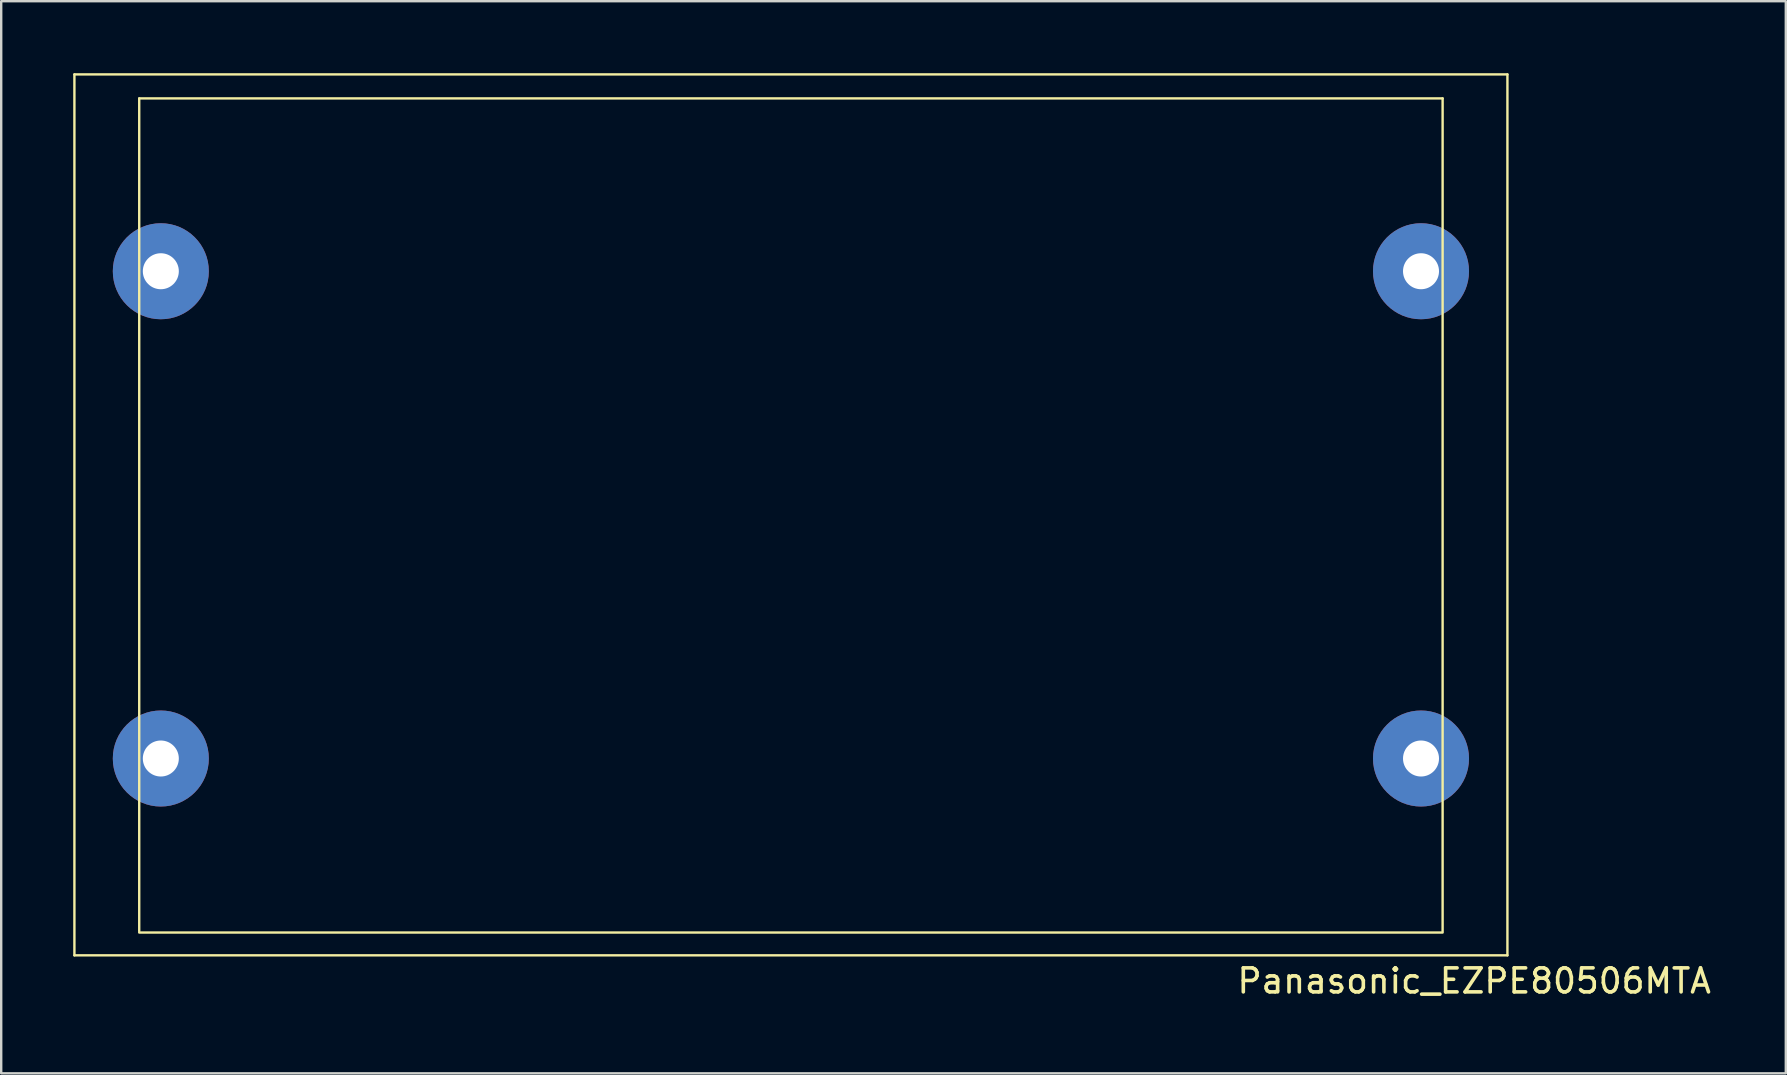
<source format=kicad_pcb>
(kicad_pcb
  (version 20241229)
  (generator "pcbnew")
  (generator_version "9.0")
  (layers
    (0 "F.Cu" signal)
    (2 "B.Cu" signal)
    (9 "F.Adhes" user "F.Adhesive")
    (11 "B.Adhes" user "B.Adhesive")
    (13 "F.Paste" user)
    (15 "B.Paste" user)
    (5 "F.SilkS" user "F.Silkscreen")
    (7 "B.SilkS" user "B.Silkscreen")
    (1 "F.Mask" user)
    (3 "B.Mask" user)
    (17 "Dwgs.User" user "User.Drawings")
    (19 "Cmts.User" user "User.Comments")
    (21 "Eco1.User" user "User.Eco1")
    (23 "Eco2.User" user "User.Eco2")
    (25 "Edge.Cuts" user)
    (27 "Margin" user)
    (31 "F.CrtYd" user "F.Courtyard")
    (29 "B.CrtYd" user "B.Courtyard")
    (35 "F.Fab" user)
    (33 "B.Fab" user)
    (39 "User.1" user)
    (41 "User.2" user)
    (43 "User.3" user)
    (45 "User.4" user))
  (footprint "Panasonic_EZPE80506MTA"
    (placed yes)
    (layer "F.Cu")
    (at 29.9 18.4)
    (property "Reference" "Panasonic_EZPE80506MTA" (at 28.466 19.417 0) (layer "F.SilkS") (effects (font (size 1 1) (thickness 0.15))))
    (attr through_hole)
    (fp_line (start -29.85 -18.35) (end -29.85 18.35) (stroke (width 0.1) (type solid)) (layer "F.SilkS"))
    (fp_line (start -29.85 -18.35) (end 29.85 -18.35) (stroke (width 0.1) (type solid)) (layer "F.SilkS"))
    (fp_line (start -29.85 18.35) (end 29.85 18.35) (stroke (width 0.1) (type solid)) (layer "F.SilkS"))
    (fp_line (start -27.15 -17.35) (end -27.15 17.35) (stroke (width 0.1) (type solid)) (layer "F.SilkS"))
    (fp_line (start -27.15 -17.35) (end 27.15 -17.35) (stroke (width 0.1) (type solid)) (layer "F.SilkS"))
    (fp_line (start -27.15 17.4) (end 27.15 17.4) (stroke (width 0.1) (type solid)) (layer "F.SilkS"))
    (fp_line (start 27.15 -17.35) (end 27.15 17.35) (stroke (width 0.1) (type solid)) (layer "F.SilkS"))
    (fp_line (start 29.85 -18.35) (end 29.85 18.35) (stroke (width 0.1) (type solid)) (layer "F.SilkS"))
    (pad "1" thru_hole circle (at -26.25 -10.15) (size 4 4) (drill 1.5) (layers "*.Cu" "*.Mask"))
    (pad "1" thru_hole circle (at -26.25 10.15) (size 4 4) (drill 1.5) (layers "*.Cu" "*.Mask"))
    (pad "2" thru_hole circle (at 26.25 -10.15) (size 4 4) (drill 1.5) (layers "*.Cu" "*.Mask"))
    (pad "2" thru_hole circle (at 26.25 10.15) (size 4 4) (drill 1.5) (layers "*.Cu" "*.Mask")))
  (gr_rect
    (start -3 -3)
    (end 71.348 41.665)
    (stroke (width 0.1) (type default))
    (fill no)
    (layer "Edge.Cuts")))
</source>
